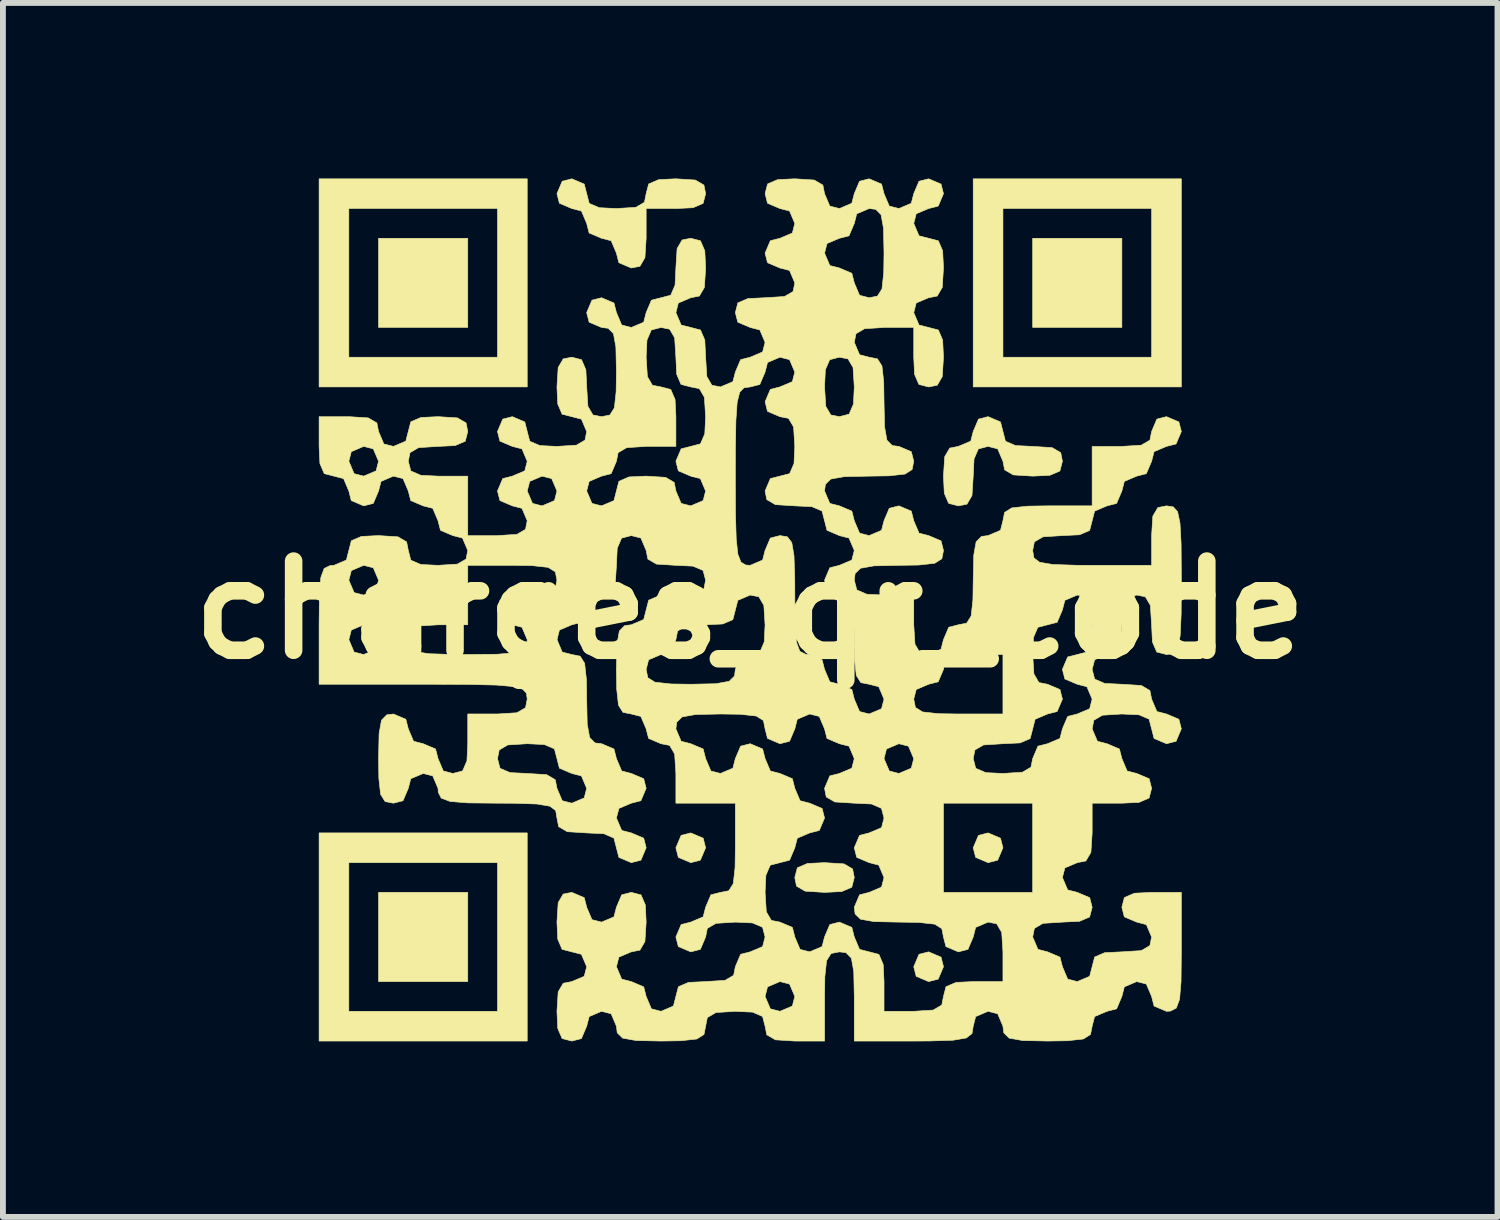
<source format=kicad_pcb>
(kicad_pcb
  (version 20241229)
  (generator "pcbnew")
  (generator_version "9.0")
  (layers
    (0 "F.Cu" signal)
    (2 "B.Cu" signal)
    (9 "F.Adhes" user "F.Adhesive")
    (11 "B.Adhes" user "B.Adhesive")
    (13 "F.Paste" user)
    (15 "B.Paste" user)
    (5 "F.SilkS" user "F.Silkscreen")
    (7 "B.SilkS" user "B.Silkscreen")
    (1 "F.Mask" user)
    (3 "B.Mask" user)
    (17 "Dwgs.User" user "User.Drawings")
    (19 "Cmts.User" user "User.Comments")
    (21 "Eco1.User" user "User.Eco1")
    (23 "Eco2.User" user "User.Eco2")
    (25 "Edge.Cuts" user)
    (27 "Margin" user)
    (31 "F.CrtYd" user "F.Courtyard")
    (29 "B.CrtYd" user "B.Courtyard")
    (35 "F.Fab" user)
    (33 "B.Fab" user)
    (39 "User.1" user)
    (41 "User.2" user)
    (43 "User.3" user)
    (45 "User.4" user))
  (footprint "charges_qr_code"
    (layer "F.Cu")
    (at 9.768 7.371)
    (property "Reference" "charges_qr_code" (at 0 0 0) (layer "F.SilkS") (effects (font (size 1.524 1.524) (thickness 0.3))))
    (attr through_hole)
    (fp_poly (pts (xy -4.826 -4.826) (xy -6.35 -4.826) (xy -6.35 -6.35) (xy -4.826 -6.35) (xy -4.826 -4.826)) (stroke (width 0.01) (type solid)) (fill yes) (layer "F.SilkS"))
    (fp_poly (pts (xy -4.826 6.35) (xy -6.35 6.35) (xy -6.35 4.826) (xy -4.826 4.826) (xy -4.826 6.35)) (stroke (width 0.01) (type solid)) (fill yes) (layer "F.SilkS"))
    (fp_poly (pts (xy 6.35 -4.826) (xy 4.826 -4.826) (xy 4.826 -6.35) (xy 6.35 -6.35) (xy 6.35 -4.826)) (stroke (width 0.01) (type solid)) (fill yes) (layer "F.SilkS"))
    (fp_poly (pts (xy -0.804 3.9) (xy -0.762 4.064) (xy -0.852 4.276) (xy -1.016 4.318) (xy -1.228 4.228) (xy -1.27 4.064) (xy -1.18 3.852) (xy -1.016 3.81) (xy -0.804 3.9)) (stroke (width 0.01) (type solid)) (fill yes) (layer "F.SilkS"))
    (fp_poly (pts (xy 3.26 5.932) (xy 3.302 6.096) (xy 3.212 6.308) (xy 3.048 6.35) (xy 2.836 6.26) (xy 2.794 6.096) (xy 2.884 5.884) (xy 3.048 5.842) (xy 3.26 5.932)) (stroke (width 0.01) (type solid)) (fill yes) (layer "F.SilkS"))
    (fp_poly (pts (xy 4.276 3.9) (xy 4.318 4.064) (xy 4.228 4.276) (xy 4.064 4.318) (xy 3.852 4.228) (xy 3.81 4.064) (xy 3.9 3.852) (xy 4.064 3.81) (xy 4.276 3.9)) (stroke (width 0.01) (type solid)) (fill yes) (layer "F.SilkS"))
    (fp_poly (pts (xy -3.81 -3.81) (xy -7.366 -3.81) (xy -7.366 -6.858) (xy -6.858 -6.858) (xy -6.858 -4.318) (xy -4.318 -4.318) (xy -4.318 -6.858) (xy -6.858 -6.858) (xy -7.366 -6.858) (xy -7.366 -7.366) (xy -3.81 -7.366) (xy -3.81 -3.81)) (stroke (width 0.01) (type solid)) (fill yes) (layer "F.SilkS"))
    (fp_poly (pts (xy -3.81 7.366) (xy -7.366 7.366) (xy -7.366 4.318) (xy -6.858 4.318) (xy -6.858 6.858) (xy -4.318 6.858) (xy -4.318 4.318) (xy -6.858 4.318) (xy -7.366 4.318) (xy -7.366 3.81) (xy -3.81 3.81) (xy -3.81 7.366)) (stroke (width 0.01) (type solid)) (fill yes) (layer "F.SilkS"))
    (fp_poly (pts (xy 7.366 -3.81) (xy 3.81 -3.81) (xy 3.81 -6.858) (xy 4.318 -6.858) (xy 4.318 -4.318) (xy 6.858 -4.318) (xy 6.858 -6.858) (xy 4.318 -6.858) (xy 3.81 -6.858) (xy 3.81 -7.366) (xy 7.366 -7.366) (xy 7.366 -3.81)) (stroke (width 0.01) (type solid)) (fill yes) (layer "F.SilkS"))
    (fp_poly (pts (xy 1.602 4.339) (xy 1.749 4.425) (xy 1.778 4.572) (xy 1.735 4.738) (xy 1.563 4.812) (xy 1.27 4.826) (xy 0.938 4.805) (xy 0.791 4.719) (xy 0.762 4.572) (xy 0.805 4.406) (xy 0.977 4.332) (xy 1.27 4.318) (xy 1.602 4.339)) (stroke (width 0.01) (type solid)) (fill yes) (layer "F.SilkS"))
    (fp_poly (pts (xy 4.276 -3.212) (xy 4.318 -3.048) (xy 4.361 -2.882) (xy 4.533 -2.808) (xy 4.826 -2.794) (xy 5.158 -2.773) (xy 5.305 -2.687) (xy 5.334 -2.54) (xy 5.291 -2.374) (xy 5.119 -2.3) (xy 4.826 -2.286) (xy 4.494 -2.307) (xy 4.347 -2.393) (xy 4.318 -2.54) (xy 4.228 -2.752) (xy 4.064 -2.794) (xy 3.898 -2.751) (xy 3.824 -2.579) (xy 3.81 -2.286) (xy 3.789 -1.954) (xy 3.703 -1.807) (xy 3.556 -1.778) (xy 3.39 -1.821) (xy 3.316 -1.993) (xy 3.302 -2.286) (xy 3.323 -2.618) (xy 3.409 -2.765) (xy 3.556 -2.794) (xy 3.768 -2.884) (xy 3.81 -3.048) (xy 3.9 -3.26) (xy 4.064 -3.302) (xy 4.276 -3.212)) (stroke (width 0.01) (type solid)) (fill yes) (layer "F.SilkS"))
    (fp_poly (pts (xy -0.938 -7.345) (xy -0.791 -7.259) (xy -0.762 -7.112) (xy -0.805 -6.946) (xy -0.977 -6.872) (xy -1.27 -6.858) (xy -1.778 -6.858) (xy -1.778 -6.35) (xy -1.799 -6.018) (xy -1.885 -5.871) (xy -2.032 -5.842) (xy -2.244 -5.932) (xy -2.286 -6.096) (xy -2.376 -6.308) (xy -2.54 -6.35) (xy -2.752 -6.44) (xy -2.794 -6.604) (xy -2.884 -6.816) (xy -3.048 -6.858) (xy -3.26 -6.948) (xy -3.302 -7.112) (xy -3.212 -7.324) (xy -3.048 -7.366) (xy -2.836 -7.276) (xy -2.794 -7.112) (xy -2.751 -6.946) (xy -2.579 -6.872) (xy -2.286 -6.858) (xy -1.954 -6.879) (xy -1.807 -6.965) (xy -1.778 -7.112) (xy -1.735 -7.278) (xy -1.563 -7.352) (xy -1.27 -7.366) (xy -0.938 -7.345)) (stroke (width 0.01) (type solid)) (fill yes) (layer "F.SilkS"))
    (fp_poly (pts (xy 3.26 -7.276) (xy 3.302 -7.112) (xy 3.212 -6.9) (xy 3.048 -6.858) (xy 2.836 -6.768) (xy 2.794 -6.604) (xy 2.884 -6.392) (xy 3.048 -6.35) (xy 3.214 -6.307) (xy 3.288 -6.135) (xy 3.302 -5.842) (xy 3.281 -5.51) (xy 3.195 -5.363) (xy 3.048 -5.334) (xy 2.836 -5.244) (xy 2.794 -5.08) (xy 2.884 -4.868) (xy 3.048 -4.826) (xy 3.214 -4.783) (xy 3.288 -4.611) (xy 3.302 -4.318) (xy 3.281 -3.986) (xy 3.195 -3.839) (xy 3.048 -3.81) (xy 2.882 -3.853) (xy 2.808 -4.025) (xy 2.794 -4.318) (xy 2.794 -4.826) (xy 2.286 -4.826) (xy 1.954 -4.805) (xy 1.807 -4.719) (xy 1.778 -4.572) (xy 1.868 -4.36) (xy 2.032 -4.318) (xy 2.174 -4.29) (xy 2.251 -4.168) (xy 2.281 -3.894) (xy 2.286 -3.556) (xy 2.295 -3.13) (xy 2.336 -2.9) (xy 2.427 -2.808) (xy 2.54 -2.794) (xy 2.752 -2.704) (xy 2.794 -2.54) (xy 2.766 -2.398) (xy 2.644 -2.321) (xy 2.37 -2.291) (xy 2.032 -2.286) (xy 1.606 -2.277) (xy 1.376 -2.236) (xy 1.284 -2.145) (xy 1.27 -2.032) (xy 1.36 -1.82) (xy 1.524 -1.778) (xy 1.736 -1.688) (xy 1.778 -1.524) (xy 1.868 -1.312) (xy 2.032 -1.27) (xy 2.244 -1.36) (xy 2.286 -1.524) (xy 2.376 -1.736) (xy 2.54 -1.778) (xy 2.752 -1.688) (xy 2.794 -1.524) (xy 2.884 -1.312) (xy 3.048 -1.27) (xy 3.26 -1.18) (xy 3.302 -1.016) (xy 3.274 -0.874) (xy 3.152 -0.797) (xy 2.878 -0.767) (xy 2.54 -0.762) (xy 2.114 -0.753) (xy 1.884 -0.712) (xy 1.792 -0.621) (xy 1.778 -0.508) (xy 1.821 -0.342) (xy 1.993 -0.268) (xy 2.286 -0.254) (xy 2.794 -0.254) (xy 2.794 0.254) (xy 2.815 0.586) (xy 2.901 0.733) (xy 3.048 0.762) (xy 3.26 0.672) (xy 3.302 0.508) (xy 3.392 0.296) (xy 3.556 0.254) (xy 3.698 0.226) (xy 3.775 0.104) (xy 3.805 -0.17) (xy 3.81 -0.508) (xy 3.819 -0.934) (xy 3.86 -1.164) (xy 3.951 -1.256) (xy 4.064 -1.27) (xy 4.276 -1.36) (xy 4.318 -1.524) (xy 4.346 -1.666) (xy 4.468 -1.743) (xy 4.742 -1.773) (xy 5.08 -1.778) (xy 5.842 -1.778) (xy 5.842 -2.794) (xy 6.35 -2.794) (xy 6.682 -2.815) (xy 6.829 -2.901) (xy 6.858 -3.048) (xy 6.948 -3.26) (xy 7.112 -3.302) (xy 7.324 -3.212) (xy 7.366 -3.048) (xy 7.276 -2.836) (xy 7.112 -2.794) (xy 6.9 -2.704) (xy 6.858 -2.54) (xy 6.768 -2.328) (xy 6.604 -2.286) (xy 6.392 -2.196) (xy 6.35 -2.032) (xy 6.26 -1.82) (xy 6.096 -1.778) (xy 5.884 -1.688) (xy 5.842 -1.524) (xy 5.799 -1.358) (xy 5.627 -1.284) (xy 5.334 -1.27) (xy 5.002 -1.249) (xy 4.855 -1.163) (xy 4.826 -1.016) (xy 4.847 -0.889) (xy 4.945 -0.814) (xy 5.17 -0.776) (xy 5.574 -0.763) (xy 5.842 -0.762) (xy 6.858 -0.762) (xy 6.858 -1.27) (xy 6.879 -1.602) (xy 6.965 -1.749) (xy 7.112 -1.778) (xy 7.228 -1.761) (xy 7.302 -1.678) (xy 7.343 -1.483) (xy 7.362 -1.131) (xy 7.366 -0.576) (xy 7.366 -0.508) (xy 7.363 0.07) (xy 7.346 0.44) (xy 7.307 0.648) (xy 7.237 0.74) (xy 7.126 0.762) (xy 7.112 0.762) (xy 6.946 0.719) (xy 6.872 0.547) (xy 6.858 0.254) (xy 6.837 -0.078) (xy 6.751 -0.225) (xy 6.604 -0.254) (xy 6.438 -0.211) (xy 6.364 -0.039) (xy 6.35 0.254) (xy 6.329 0.586) (xy 6.243 0.733) (xy 6.096 0.762) (xy 5.884 0.852) (xy 5.842 1.016) (xy 5.885 1.182) (xy 6.057 1.256) (xy 6.35 1.27) (xy 6.682 1.291) (xy 6.829 1.377) (xy 6.858 1.524) (xy 6.948 1.736) (xy 7.112 1.778) (xy 7.324 1.868) (xy 7.366 2.032) (xy 7.276 2.244) (xy 7.112 2.286) (xy 6.9 2.196) (xy 6.858 2.032) (xy 6.815 1.866) (xy 6.643 1.792) (xy 6.35 1.778) (xy 6.018 1.799) (xy 5.871 1.885) (xy 5.842 2.032) (xy 5.932 2.244) (xy 6.096 2.286) (xy 6.308 2.376) (xy 6.35 2.54) (xy 6.44 2.752) (xy 6.604 2.794) (xy 6.816 2.884) (xy 6.858 3.048) (xy 6.815 3.214) (xy 6.643 3.288) (xy 6.35 3.302) (xy 5.842 3.302) (xy 5.842 3.81) (xy 5.821 4.142) (xy 5.735 4.289) (xy 5.588 4.318) (xy 5.376 4.408) (xy 5.334 4.572) (xy 5.424 4.784) (xy 5.588 4.826) (xy 5.8 4.916) (xy 5.842 5.08) (xy 5.799 5.246) (xy 5.627 5.32) (xy 5.334 5.334) (xy 5.002 5.355) (xy 4.855 5.441) (xy 4.826 5.588) (xy 4.916 5.8) (xy 5.08 5.842) (xy 5.292 5.932) (xy 5.334 6.096) (xy 5.424 6.308) (xy 5.588 6.35) (xy 5.8 6.26) (xy 5.842 6.096) (xy 5.885 5.93) (xy 6.057 5.856) (xy 6.35 5.842) (xy 6.682 5.821) (xy 6.829 5.735) (xy 6.858 5.588) (xy 6.768 5.376) (xy 6.604 5.334) (xy 6.392 5.244) (xy 6.35 5.08) (xy 6.393 4.914) (xy 6.565 4.84) (xy 6.858 4.826) (xy 7.366 4.826) (xy 7.366 5.842) (xy 7.361 6.348) (xy 7.336 6.652) (xy 7.28 6.803) (xy 7.179 6.854) (xy 7.112 6.858) (xy 6.9 6.768) (xy 6.858 6.604) (xy 6.768 6.392) (xy 6.604 6.35) (xy 6.392 6.44) (xy 6.35 6.604) (xy 6.26 6.816) (xy 6.096 6.858) (xy 5.884 6.948) (xy 5.842 7.112) (xy 5.814 7.254) (xy 5.692 7.331) (xy 5.418 7.361) (xy 5.08 7.366) (xy 4.654 7.357) (xy 4.424 7.316) (xy 4.332 7.225) (xy 4.318 7.112) (xy 4.228 6.9) (xy 4.064 6.858) (xy 3.852 6.948) (xy 3.81 7.112) (xy 3.789 7.239) (xy 3.691 7.314) (xy 3.466 7.352) (xy 3.062 7.365) (xy 2.794 7.366) (xy 1.778 7.366) (xy 1.778 6.604) (xy 1.769 6.178) (xy 1.728 5.948) (xy 1.637 5.856) (xy 1.524 5.842) (xy 1.382 5.87) (xy 1.305 5.992) (xy 1.275 6.266) (xy 1.27 6.604) (xy 1.27 7.366) (xy 0.762 7.366) (xy 0.43 7.345) (xy 0.283 7.259) (xy 0.254 7.112) (xy 0.211 6.946) (xy 0.039 6.872) (xy -0.254 6.858) (xy -0.586 6.879) (xy -0.733 6.965) (xy -0.762 7.112) (xy -0.79 7.254) (xy -0.912 7.331) (xy -1.186 7.361) (xy -1.524 7.366) (xy -1.95 7.357) (xy -2.18 7.316) (xy -2.272 7.225) (xy -2.286 7.112) (xy -2.376 6.9) (xy -2.54 6.858) (xy -2.752 6.948) (xy -2.794 7.112) (xy -2.884 7.324) (xy -3.048 7.366) (xy -3.214 7.323) (xy -3.288 7.151) (xy -3.302 6.858) (xy -3.281 6.526) (xy -3.195 6.379) (xy -3.048 6.35) (xy -2.836 6.26) (xy -2.794 6.096) (xy -2.884 5.884) (xy -3.048 5.842) (xy -3.214 5.799) (xy -3.288 5.627) (xy -3.302 5.334) (xy -3.281 5.002) (xy -3.195 4.855) (xy -3.048 4.826) (xy -2.836 4.916) (xy -2.794 5.08) (xy -2.704 5.292) (xy -2.54 5.334) (xy -2.328 5.244) (xy -2.286 5.08) (xy -2.196 4.868) (xy -2.032 4.826) (xy -1.866 4.869) (xy -1.792 5.041) (xy -1.778 5.334) (xy -1.799 5.666) (xy -1.885 5.813) (xy -2.032 5.842) (xy -2.244 5.932) (xy -2.286 6.096) (xy -2.196 6.308) (xy -2.032 6.35) (xy -1.82 6.44) (xy -1.778 6.604) (xy -1.688 6.816) (xy -1.524 6.858) (xy -1.312 6.768) (xy -1.27 6.604) (xy 0.254 6.604) (xy 0.344 6.816) (xy 0.508 6.858) (xy 0.72 6.768) (xy 0.762 6.604) (xy 0.672 6.392) (xy 0.508 6.35) (xy 0.296 6.44) (xy 0.254 6.604) (xy -1.27 6.604) (xy -1.227 6.438) (xy -1.055 6.364) (xy -0.762 6.35) (xy -0.43 6.329) (xy -0.283 6.243) (xy -0.254 6.096) (xy -0.164 5.884) (xy 0 5.842) (xy 0.212 5.752) (xy 0.254 5.588) (xy 0.211 5.422) (xy 0.039 5.348) (xy -0.254 5.334) (xy -0.586 5.355) (xy -0.733 5.441) (xy -0.762 5.588) (xy -0.852 5.8) (xy -1.016 5.842) (xy -1.228 5.752) (xy -1.27 5.588) (xy -1.18 5.376) (xy -1.016 5.334) (xy -0.804 5.244) (xy -0.762 5.08) (xy -0.672 4.868) (xy -0.508 4.826) (xy -0.366 4.798) (xy -0.289 4.676) (xy -0.259 4.402) (xy -0.254 4.064) (xy -0.254 3.302) (xy -1.27 3.302) (xy -1.27 2.794) (xy -1.291 2.462) (xy -1.377 2.315) (xy -1.524 2.286) (xy -1.736 2.196) (xy -1.778 2.032) (xy -1.27 2.032) (xy -1.18 2.244) (xy -1.016 2.286) (xy -0.804 2.376) (xy -0.762 2.54) (xy -0.672 2.752) (xy -0.508 2.794) (xy -0.296 2.704) (xy -0.254 2.54) (xy -0.164 2.328) (xy 0 2.286) (xy 0.212 2.376) (xy 0.254 2.54) (xy 0.344 2.752) (xy 0.508 2.794) (xy 0.72 2.884) (xy 0.762 3.048) (xy 0.852 3.26) (xy 1.016 3.302) (xy 1.228 3.392) (xy 1.27 3.556) (xy 1.18 3.768) (xy 1.016 3.81) (xy 0.804 3.9) (xy 0.762 4.064) (xy 0.672 4.276) (xy 0.508 4.318) (xy 0.342 4.361) (xy 0.268 4.533) (xy 0.254 4.826) (xy 0.275 5.158) (xy 0.361 5.305) (xy 0.508 5.334) (xy 0.72 5.424) (xy 0.762 5.588) (xy 0.852 5.8) (xy 1.016 5.842) (xy 1.228 5.752) (xy 1.27 5.588) (xy 1.36 5.376) (xy 1.524 5.334) (xy 1.736 5.424) (xy 1.778 5.588) (xy 1.868 5.8) (xy 2.032 5.842) (xy 2.198 5.885) (xy 2.272 6.057) (xy 2.286 6.35) (xy 2.286 6.858) (xy 2.794 6.858) (xy 3.126 6.837) (xy 3.273 6.751) (xy 3.302 6.604) (xy 3.345 6.438) (xy 3.517 6.364) (xy 3.81 6.35) (xy 4.318 6.35) (xy 4.318 5.842) (xy 4.297 5.51) (xy 4.211 5.363) (xy 4.064 5.334) (xy 3.852 5.424) (xy 3.81 5.588) (xy 3.72 5.8) (xy 3.556 5.842) (xy 3.344 5.752) (xy 3.302 5.588) (xy 3.274 5.446) (xy 3.152 5.369) (xy 2.878 5.339) (xy 2.54 5.334) (xy 2.114 5.325) (xy 1.884 5.284) (xy 1.792 5.193) (xy 1.778 5.08) (xy 1.868 4.868) (xy 2.032 4.826) (xy 2.244 4.736) (xy 2.286 4.572) (xy 2.196 4.36) (xy 2.032 4.318) (xy 1.82 4.228) (xy 1.778 4.064) (xy 1.868 3.852) (xy 2.032 3.81) (xy 2.244 3.72) (xy 2.286 3.556) (xy 2.243 3.39) (xy 2.071 3.316) (xy 1.778 3.302) (xy 3.302 3.302) (xy 3.302 4.826) (xy 4.826 4.826) (xy 4.826 3.302) (xy 3.302 3.302) (xy 1.778 3.302) (xy 1.446 3.281) (xy 1.299 3.195) (xy 1.27 3.048) (xy 1.36 2.836) (xy 1.524 2.794) (xy 1.736 2.704) (xy 1.778 2.54) (xy 2.286 2.54) (xy 2.376 2.752) (xy 2.54 2.794) (xy 2.752 2.704) (xy 2.794 2.54) (xy 3.81 2.54) (xy 3.853 2.706) (xy 4.025 2.78) (xy 4.318 2.794) (xy 4.65 2.773) (xy 4.797 2.687) (xy 4.826 2.54) (xy 4.916 2.328) (xy 5.08 2.286) (xy 5.292 2.196) (xy 5.334 2.032) (xy 5.424 1.82) (xy 5.588 1.778) (xy 5.8 1.688) (xy 5.842 1.524) (xy 5.752 1.312) (xy 5.588 1.27) (xy 5.376 1.18) (xy 5.334 1.016) (xy 5.424 0.804) (xy 5.588 0.762) (xy 5.754 0.719) (xy 5.828 0.547) (xy 5.842 0.254) (xy 5.821 -0.078) (xy 5.735 -0.225) (xy 5.588 -0.254) (xy 5.376 -0.164) (xy 5.334 0) (xy 5.244 0.212) (xy 5.08 0.254) (xy 4.914 0.297) (xy 4.84 0.469) (xy 4.826 0.762) (xy 4.847 1.094) (xy 4.933 1.241) (xy 5.08 1.27) (xy 5.292 1.36) (xy 5.334 1.524) (xy 5.244 1.736) (xy 5.08 1.778) (xy 4.868 1.868) (xy 4.826 2.032) (xy 4.783 2.198) (xy 4.611 2.272) (xy 4.318 2.286) (xy 3.986 2.307) (xy 3.839 2.393) (xy 3.81 2.54) (xy 2.794 2.54) (xy 2.704 2.328) (xy 2.54 2.286) (xy 2.328 2.376) (xy 2.286 2.54) (xy 1.778 2.54) (xy 1.688 2.328) (xy 1.524 2.286) (xy 1.312 2.196) (xy 1.27 2.032) (xy 1.18 1.82) (xy 1.016 1.778) (xy 0.804 1.868) (xy 0.762 2.032) (xy 0.672 2.244) (xy 0.508 2.286) (xy 0.296 2.196) (xy 0.254 2.032) (xy 0.226 1.89) (xy 0.104 1.813) (xy -0.17 1.783) (xy -0.508 1.778) (xy -0.934 1.787) (xy -1.164 1.828) (xy -1.256 1.919) (xy -1.27 2.032) (xy -1.778 2.032) (xy -1.868 1.82) (xy -2.032 1.778) (xy -2.174 1.75) (xy -2.251 1.628) (xy -2.281 1.354) (xy -2.286 1.016) (xy -1.778 1.016) (xy -1.75 1.158) (xy -1.628 1.235) (xy -1.354 1.265) (xy -1.016 1.27) (xy -0.59 1.261) (xy -0.36 1.22) (xy -0.268 1.129) (xy -0.254 1.016) (xy -0.164 0.804) (xy 0 0.762) (xy 0.166 0.719) (xy 0.24 0.547) (xy 0.254 0.254) (xy 0.233 -0.078) (xy 0.147 -0.225) (xy 0 -0.254) (xy -0.212 -0.164) (xy -0.254 0) (xy -0.297 0.166) (xy -0.469 0.24) (xy -0.762 0.254) (xy -1.094 0.275) (xy -1.241 0.361) (xy -1.27 0.508) (xy -1.36 0.72) (xy -1.524 0.762) (xy -1.736 0.852) (xy -1.778 1.016) (xy -2.286 1.016) (xy -2.277 0.59) (xy -2.236 0.36) (xy -2.145 0.268) (xy -2.032 0.254) (xy -1.82 0.164) (xy -1.778 0) (xy -1.735 -0.166) (xy -1.563 -0.24) (xy -1.27 -0.254) (xy -0.938 -0.275) (xy -0.791 -0.361) (xy -0.762 -0.508) (xy -0.805 -0.674) (xy -0.977 -0.748) (xy -1.27 -0.762) (xy -1.602 -0.783) (xy -1.749 -0.869) (xy -1.778 -1.016) (xy -1.868 -1.228) (xy -2.032 -1.27) (xy -2.198 -1.227) (xy -2.272 -1.055) (xy -2.286 -0.762) (xy -2.307 -0.43) (xy -2.393 -0.283) (xy -2.54 -0.254) (xy -2.752 -0.164) (xy -2.794 0) (xy -2.884 0.212) (xy -3.048 0.254) (xy -3.26 0.344) (xy -3.302 0.508) (xy -3.212 0.72) (xy -3.048 0.762) (xy -2.906 0.79) (xy -2.829 0.912) (xy -2.799 1.186) (xy -2.794 1.524) (xy -2.785 1.95) (xy -2.744 2.18) (xy -2.653 2.272) (xy -2.54 2.286) (xy -2.328 2.376) (xy -2.286 2.54) (xy -2.196 2.752) (xy -2.032 2.794) (xy -1.82 2.884) (xy -1.778 3.048) (xy -1.868 3.26) (xy -2.032 3.302) (xy -2.244 3.392) (xy -2.286 3.556) (xy -2.196 3.768) (xy -2.032 3.81) (xy -1.82 3.9) (xy -1.778 4.064) (xy -1.868 4.276) (xy -2.032 4.318) (xy -2.244 4.228) (xy -2.286 4.064) (xy -2.329 3.898) (xy -2.501 3.824) (xy -2.794 3.81) (xy -3.126 3.789) (xy -3.273 3.703) (xy -3.302 3.556) (xy -3.323 3.429) (xy -3.421 3.354) (xy -3.646 3.316) (xy -4.05 3.303) (xy -4.318 3.302) (xy -4.824 3.297) (xy -5.128 3.272) (xy -5.279 3.216) (xy -5.33 3.115) (xy -5.334 3.048) (xy -5.424 2.836) (xy -5.588 2.794) (xy -5.8 2.884) (xy -5.842 3.048) (xy -5.932 3.26) (xy -6.096 3.302) (xy -6.238 3.274) (xy -6.315 3.152) (xy -6.345 2.878) (xy -6.35 2.54) (xy -6.341 2.114) (xy -6.3 1.884) (xy -6.209 1.792) (xy -6.096 1.778) (xy -5.884 1.868) (xy -5.842 2.032) (xy -5.752 2.244) (xy -5.588 2.286) (xy -5.376 2.376) (xy -5.334 2.54) (xy -5.244 2.752) (xy -5.08 2.794) (xy -4.914 2.751) (xy -4.84 2.579) (xy -4.838 2.54) (xy -4.318 2.54) (xy -4.275 2.706) (xy -4.103 2.78) (xy -3.81 2.794) (xy -3.478 2.815) (xy -3.331 2.901) (xy -3.302 3.048) (xy -3.212 3.26) (xy -3.048 3.302) (xy -2.836 3.212) (xy -2.794 3.048) (xy -2.884 2.836) (xy -3.048 2.794) (xy -3.26 2.704) (xy -3.302 2.54) (xy -3.345 2.374) (xy -3.517 2.3) (xy -3.81 2.286) (xy -4.142 2.307) (xy -4.289 2.393) (xy -4.318 2.54) (xy -4.838 2.54) (xy -4.826 2.286) (xy -4.826 1.778) (xy -4.318 1.778) (xy -3.986 1.757) (xy -3.839 1.671) (xy -3.81 1.524) (xy -3.823 1.423) (xy -3.889 1.354) (xy -4.046 1.309) (xy -4.333 1.284) (xy -4.79 1.273) (xy -5.456 1.27) (xy -5.588 1.27) (xy -7.366 1.27) (xy -7.366 0.508) (xy -6.858 0.508) (xy -6.768 0.72) (xy -6.604 0.762) (xy -6.392 0.672) (xy -6.35 0.508) (xy -5.842 0.508) (xy -5.821 0.635) (xy -5.723 0.71) (xy -5.498 0.748) (xy -5.094 0.761) (xy -4.826 0.762) (xy -4.32 0.757) (xy -4.016 0.732) (xy -3.865 0.676) (xy -3.814 0.575) (xy -3.81 0.508) (xy -3.9 0.296) (xy -4.064 0.254) (xy -4.276 0.164) (xy -4.318 0) (xy -4.275 -0.166) (xy -4.103 -0.24) (xy -3.81 -0.254) (xy -3.478 -0.275) (xy -3.331 -0.361) (xy -3.302 -0.508) (xy -3.33 -0.65) (xy -3.452 -0.727) (xy -3.726 -0.757) (xy -4.064 -0.762) (xy -4.826 -0.762) (xy -4.826 0.254) (xy -5.334 0.254) (xy -5.666 0.275) (xy -5.813 0.361) (xy -5.842 0.508) (xy -6.35 0.508) (xy -6.44 0.296) (xy -6.604 0.254) (xy -6.816 0.344) (xy -6.858 0.508) (xy -7.366 0.508) (xy -7.366 0.254) (xy -7.361 -0.252) (xy -7.34 -0.508) (xy -6.858 -0.508) (xy -6.768 -0.296) (xy -6.604 -0.254) (xy -6.392 -0.344) (xy -6.35 -0.508) (xy -6.44 -0.72) (xy -6.604 -0.762) (xy -6.816 -0.672) (xy -6.858 -0.508) (xy -7.34 -0.508) (xy -7.336 -0.556) (xy -7.28 -0.707) (xy -7.179 -0.758) (xy -7.112 -0.762) (xy -6.9 -0.852) (xy -6.858 -1.016) (xy -6.815 -1.182) (xy -6.643 -1.256) (xy -6.35 -1.27) (xy -6.018 -1.249) (xy -5.871 -1.163) (xy -5.842 -1.016) (xy -5.799 -0.85) (xy -5.627 -0.776) (xy -5.334 -0.762) (xy -5.002 -0.783) (xy -4.855 -0.869) (xy -4.826 -1.016) (xy -4.916 -1.228) (xy -5.08 -1.27) (xy -5.292 -1.36) (xy -5.334 -1.524) (xy -5.424 -1.736) (xy -5.588 -1.778) (xy -5.8 -1.868) (xy -5.842 -2.032) (xy -5.932 -2.244) (xy -6.096 -2.286) (xy -6.308 -2.196) (xy -6.35 -2.032) (xy -6.44 -1.82) (xy -6.604 -1.778) (xy -6.816 -1.868) (xy -6.858 -2.032) (xy -6.948 -2.244) (xy -7.112 -2.286) (xy -7.278 -2.329) (xy -7.352 -2.501) (xy -7.354 -2.54) (xy -6.858 -2.54) (xy -6.768 -2.328) (xy -6.604 -2.286) (xy -6.392 -2.376) (xy -6.35 -2.54) (xy -6.44 -2.752) (xy -6.604 -2.794) (xy -6.816 -2.704) (xy -6.858 -2.54) (xy -7.354 -2.54) (xy -7.366 -2.794) (xy -7.366 -3.302) (xy -6.858 -3.302) (xy -6.526 -3.281) (xy -6.379 -3.195) (xy -6.35 -3.048) (xy -6.26 -2.836) (xy -6.096 -2.794) (xy -5.884 -2.884) (xy -5.842 -3.048) (xy -5.799 -3.214) (xy -5.627 -3.288) (xy -5.334 -3.302) (xy -5.002 -3.281) (xy -4.855 -3.195) (xy -4.826 -3.048) (xy -4.869 -2.882) (xy -5.041 -2.808) (xy -5.334 -2.794) (xy -5.666 -2.773) (xy -5.813 -2.687) (xy -5.842 -2.54) (xy -5.799 -2.374) (xy -5.627 -2.3) (xy -5.334 -2.286) (xy -4.826 -2.286) (xy -4.826 -1.27) (xy -4.318 -1.27) (xy -3.986 -1.291) (xy -3.839 -1.377) (xy -3.81 -1.524) (xy -3.9 -1.736) (xy -4.064 -1.778) (xy -4.276 -1.868) (xy -4.318 -2.032) (xy -3.81 -2.032) (xy -3.72 -1.82) (xy -3.556 -1.778) (xy -3.344 -1.868) (xy -3.302 -2.032) (xy -2.794 -2.032) (xy -2.704 -1.82) (xy -2.54 -1.778) (xy -2.328 -1.868) (xy -2.286 -2.032) (xy -2.243 -2.198) (xy -2.071 -2.272) (xy -1.778 -2.286) (xy -1.446 -2.265) (xy -1.299 -2.179) (xy -1.27 -2.032) (xy -1.18 -1.82) (xy -1.016 -1.778) (xy -0.804 -1.868) (xy -0.762 -2.032) (xy -0.852 -2.244) (xy -1.016 -2.286) (xy -0.254 -2.286) (xy -0.252 -1.643) (xy -0.239 -1.211) (xy -0.211 -0.95) (xy -0.158 -0.816) (xy -0.075 -0.767) (xy 0 -0.762) (xy 0.212 -0.852) (xy 0.254 -1.016) (xy 0.344 -1.228) (xy 0.508 -1.27) (xy 0.635 -1.249) (xy 0.71 -1.151) (xy 0.748 -0.926) (xy 0.761 -0.522) (xy 0.762 -0.254) (xy 0.767 0.252) (xy 0.792 0.556) (xy 0.848 0.707) (xy 0.949 0.758) (xy 1.016 0.762) (xy 1.228 0.852) (xy 1.27 1.016) (xy 1.36 1.228) (xy 1.524 1.27) (xy 1.736 1.36) (xy 1.778 1.524) (xy 1.868 1.736) (xy 2.032 1.778) (xy 2.244 1.688) (xy 2.286 1.524) (xy 2.794 1.524) (xy 2.822 1.666) (xy 2.944 1.743) (xy 3.218 1.773) (xy 3.556 1.778) (xy 4.318 1.778) (xy 4.318 0.762) (xy 3.81 0.762) (xy 3.478 0.783) (xy 3.331 0.869) (xy 3.302 1.016) (xy 3.212 1.228) (xy 3.048 1.27) (xy 2.836 1.36) (xy 2.794 1.524) (xy 2.286 1.524) (xy 2.196 1.312) (xy 2.032 1.27) (xy 1.89 1.242) (xy 1.813 1.12) (xy 1.783 0.846) (xy 1.778 0.508) (xy 1.769 0.082) (xy 1.728 -0.148) (xy 1.637 -0.24) (xy 1.524 -0.254) (xy 1.312 -0.344) (xy 1.27 -0.508) (xy 1.36 -0.72) (xy 1.524 -0.762) (xy 1.736 -0.852) (xy 1.778 -1.016) (xy 1.688 -1.228) (xy 1.524 -1.27) (xy 1.312 -1.36) (xy 1.27 -1.524) (xy 1.227 -1.69) (xy 1.055 -1.764) (xy 0.762 -1.778) (xy 0.43 -1.799) (xy 0.283 -1.885) (xy 0.254 -2.032) (xy 0.344 -2.244) (xy 0.508 -2.286) (xy 0.674 -2.329) (xy 0.748 -2.501) (xy 0.762 -2.794) (xy 0.741 -3.126) (xy 0.655 -3.273) (xy 0.508 -3.302) (xy 0.296 -3.392) (xy 0.254 -3.556) (xy 0.344 -3.768) (xy 0.508 -3.81) (xy 1.27 -3.81) (xy 1.291 -3.478) (xy 1.377 -3.331) (xy 1.524 -3.302) (xy 1.69 -3.345) (xy 1.764 -3.517) (xy 1.778 -3.81) (xy 1.757 -4.142) (xy 1.671 -4.289) (xy 1.524 -4.318) (xy 1.358 -4.275) (xy 1.284 -4.103) (xy 1.27 -3.81) (xy 0.508 -3.81) (xy 0.72 -3.9) (xy 0.762 -4.064) (xy 0.672 -4.276) (xy 0.508 -4.318) (xy 0.296 -4.228) (xy 0.254 -4.064) (xy 0.164 -3.852) (xy 0 -3.81) (xy -0.107 -3.795) (xy -0.179 -3.722) (xy -0.223 -3.549) (xy -0.245 -3.234) (xy -0.253 -2.735) (xy -0.254 -2.286) (xy -1.016 -2.286) (xy -1.228 -2.376) (xy -1.27 -2.54) (xy -1.18 -2.752) (xy -1.016 -2.794) (xy -0.85 -2.837) (xy -0.776 -3.009) (xy -0.762 -3.302) (xy -0.783 -3.634) (xy -0.869 -3.781) (xy -1.016 -3.81) (xy -1.182 -3.853) (xy -1.256 -4.025) (xy -1.27 -4.318) (xy -1.291 -4.65) (xy -1.377 -4.797) (xy -1.524 -4.826) (xy -1.69 -4.783) (xy -1.764 -4.611) (xy -1.778 -4.318) (xy -1.757 -3.986) (xy -1.671 -3.839) (xy -1.524 -3.81) (xy -1.358 -3.767) (xy -1.284 -3.595) (xy -1.27 -3.302) (xy -1.27 -2.794) (xy -1.778 -2.794) (xy -2.11 -2.773) (xy -2.257 -2.687) (xy -2.286 -2.54) (xy -2.376 -2.328) (xy -2.54 -2.286) (xy -2.752 -2.196) (xy -2.794 -2.032) (xy -3.302 -2.032) (xy -3.392 -2.244) (xy -3.556 -2.286) (xy -3.768 -2.196) (xy -3.81 -2.032) (xy -4.318 -2.032) (xy -4.228 -2.244) (xy -4.064 -2.286) (xy -3.852 -2.376) (xy -3.81 -2.54) (xy -3.9 -2.752) (xy -4.064 -2.794) (xy -4.276 -2.884) (xy -4.318 -3.048) (xy -4.228 -3.26) (xy -4.064 -3.302) (xy -3.852 -3.212) (xy -3.81 -3.048) (xy -3.767 -2.882) (xy -3.595 -2.808) (xy -3.302 -2.794) (xy -2.97 -2.815) (xy -2.823 -2.901) (xy -2.794 -3.048) (xy -2.884 -3.26) (xy -3.048 -3.302) (xy -3.214 -3.345) (xy -3.288 -3.517) (xy -3.302 -3.81) (xy -3.281 -4.142) (xy -3.195 -4.289) (xy -3.048 -4.318) (xy -2.882 -4.275) (xy -2.808 -4.103) (xy -2.794 -3.81) (xy -2.773 -3.478) (xy -2.687 -3.331) (xy -2.54 -3.302) (xy -2.398 -3.33) (xy -2.321 -3.452) (xy -2.291 -3.726) (xy -2.286 -4.064) (xy -2.295 -4.49) (xy -2.336 -4.72) (xy -2.427 -4.812) (xy -2.54 -4.826) (xy -2.752 -4.916) (xy -2.794 -5.08) (xy -2.704 -5.292) (xy -2.54 -5.334) (xy -2.328 -5.244) (xy -2.286 -5.08) (xy -2.196 -4.868) (xy -2.032 -4.826) (xy -1.82 -4.916) (xy -1.778 -5.08) (xy -1.688 -5.292) (xy -1.524 -5.334) (xy -1.358 -5.377) (xy -1.284 -5.549) (xy -1.27 -5.842) (xy -1.249 -6.174) (xy -1.163 -6.321) (xy -1.016 -6.35) (xy -0.85 -6.307) (xy -0.776 -6.135) (xy -0.762 -5.842) (xy -0.783 -5.51) (xy -0.869 -5.363) (xy -1.016 -5.334) (xy -1.228 -5.244) (xy -1.27 -5.08) (xy -1.18 -4.868) (xy -1.016 -4.826) (xy -0.85 -4.783) (xy -0.776 -4.611) (xy -0.762 -4.318) (xy -0.741 -3.986) (xy -0.655 -3.839) (xy -0.508 -3.81) (xy -0.296 -3.9) (xy -0.254 -4.064) (xy -0.164 -4.276) (xy 0 -4.318) (xy 0.212 -4.408) (xy 0.254 -4.572) (xy 0.164 -4.784) (xy 0 -4.826) (xy -0.212 -4.916) (xy -0.254 -5.08) (xy -0.211 -5.246) (xy -0.039 -5.32) (xy 0.254 -5.334) (xy 0.586 -5.355) (xy 0.733 -5.441) (xy 0.762 -5.588) (xy 0.672 -5.8) (xy 0.508 -5.842) (xy 0.296 -5.932) (xy 0.254 -6.096) (xy 1.27 -6.096) (xy 1.36 -5.884) (xy 1.524 -5.842) (xy 1.736 -5.752) (xy 1.778 -5.588) (xy 1.868 -5.376) (xy 2.032 -5.334) (xy 2.174 -5.362) (xy 2.251 -5.484) (xy 2.281 -5.758) (xy 2.286 -6.096) (xy 2.277 -6.522) (xy 2.236 -6.752) (xy 2.145 -6.844) (xy 2.032 -6.858) (xy 1.82 -6.768) (xy 1.778 -6.604) (xy 1.688 -6.392) (xy 1.524 -6.35) (xy 1.312 -6.26) (xy 1.27 -6.096) (xy 0.254 -6.096) (xy 0.344 -6.308) (xy 0.508 -6.35) (xy 0.72 -6.44) (xy 0.762 -6.604) (xy 0.672 -6.816) (xy 0.508 -6.858) (xy 0.296 -6.948) (xy 0.254 -7.112) (xy 0.297 -7.278) (xy 0.469 -7.352) (xy 0.762 -7.366) (xy 1.094 -7.345) (xy 1.241 -7.259) (xy 1.27 -7.112) (xy 1.36 -6.9) (xy 1.524 -6.858) (xy 1.736 -6.948) (xy 1.778 -7.112) (xy 1.868 -7.324) (xy 2.032 -7.366) (xy 2.244 -7.276) (xy 2.286 -7.112) (xy 2.376 -6.9) (xy 2.54 -6.858) (xy 2.752 -6.948) (xy 2.794 -7.112) (xy 2.884 -7.324) (xy 3.048 -7.366) (xy 3.26 -7.276)) (stroke (width 0.01) (type solid)) (fill yes) (layer "F.SilkS")))
  (gr_rect
    (start -3 -3)
    (end 22.536 17.742)
    (stroke (width 0.1) (type default))
    (fill no)
    (layer "Edge.Cuts")))
</source>
